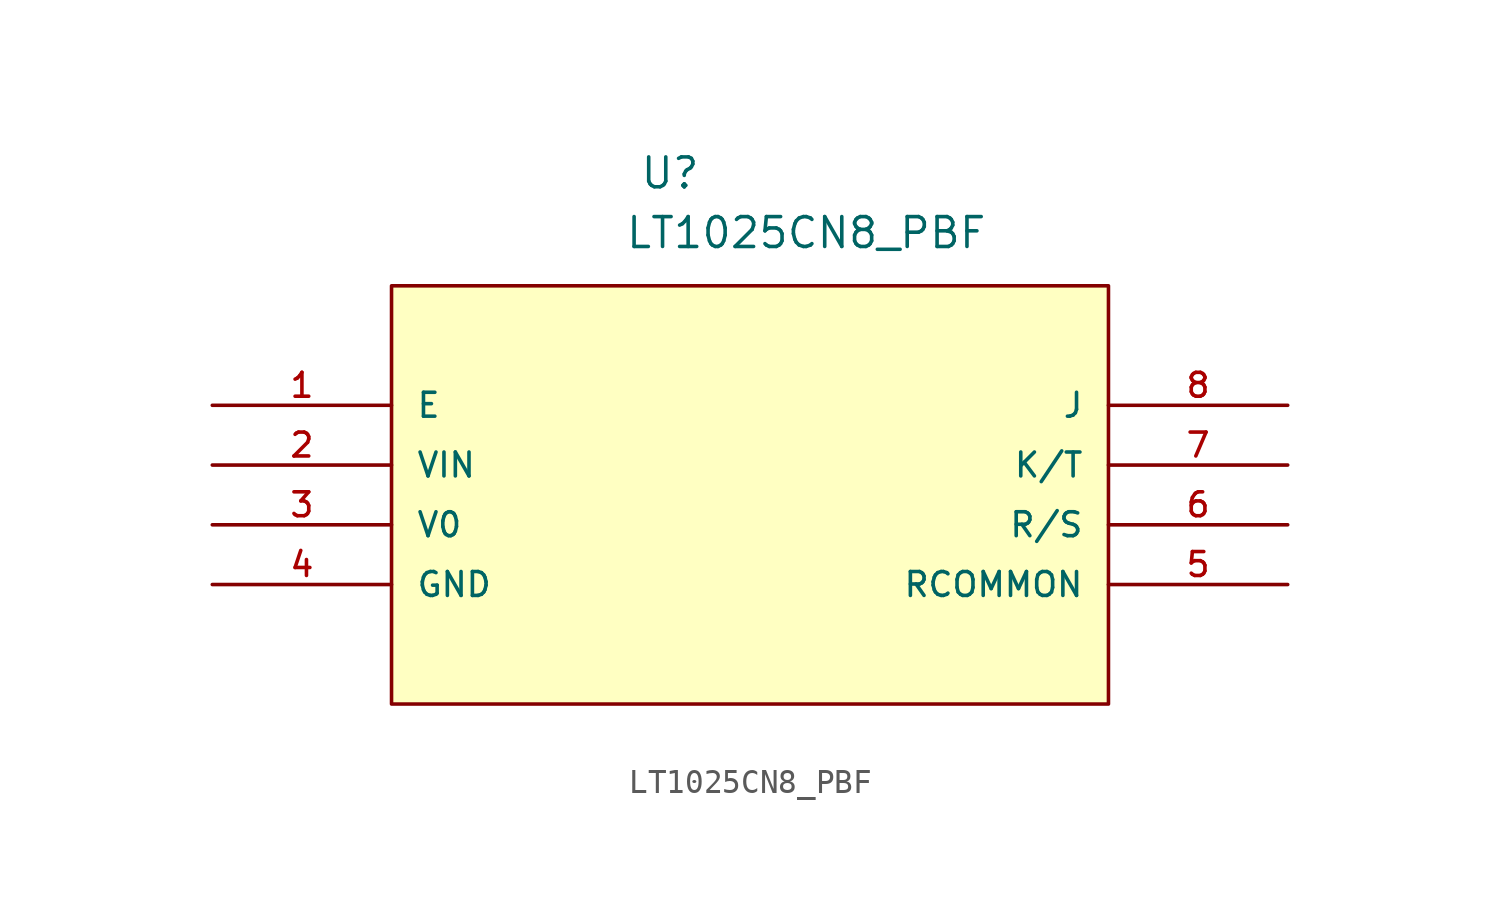
<source format=kicad_sym>
(kicad_symbol_lib
  (version 20211014)
  (generator kicad_symbol_editor)
  (symbol "LT1025CN8_PBF"
    (pin_names
      (offset 1.016))
    (property "Reference" "U"
      (at 18.151 9.127 0.0)
      (effects (font (size 1.27 1.27)) (justify bottom left)))
    (property "Value" "LT1025CN8_PBF"
      (at 17.53 6.59 0.0)
      (effects (font (size 1.27 1.27)) (justify bottom left)))
    (symbol "LT1025CN8_PBF_0_0"
      (rectangle (start 7.62 -12.7) (end 38.1 5.08) (stroke (width 0.152)) (fill (type background)))
      (pin passive line (at 0.0 0.0 0) (length 7.62) (name "E" (effects (font (size 1.016 1.016)))) (number "1" (effects (font (size 1.016 1.016)))))
      (pin power_in line (at 0.0 -2.54 0) (length 7.62) (name "VIN" (effects (font (size 1.016 1.016)))) (number "2" (effects (font (size 1.016 1.016)))))
      (pin power_in line (at 0.0 -5.08 0) (length 7.62) (name "V0" (effects (font (size 1.016 1.016)))) (number "3" (effects (font (size 1.016 1.016)))))
      (pin power_in line (at 0.0 -7.62 0) (length 7.62) (name "GND" (effects (font (size 1.016 1.016)))) (number "4" (effects (font (size 1.016 1.016)))))
      (pin passive line (at 45.72 -7.62 180.0) (length 7.62) (name "RCOMMON" (effects (font (size 1.016 1.016)))) (number "5" (effects (font (size 1.016 1.016)))))
      (pin passive line (at 45.72 -5.08 180.0) (length 7.62) (name "R/S" (effects (font (size 1.016 1.016)))) (number "6" (effects (font (size 1.016 1.016)))))
      (pin passive line (at 45.72 -2.54 180.0) (length 7.62) (name "K/T" (effects (font (size 1.016 1.016)))) (number "7" (effects (font (size 1.016 1.016)))))
      (pin passive line (at 45.72 0.0 180.0) (length 7.62) (name "J" (effects (font (size 1.016 1.016)))) (number "8" (effects (font (size 1.016 1.016))))))))
</source>
